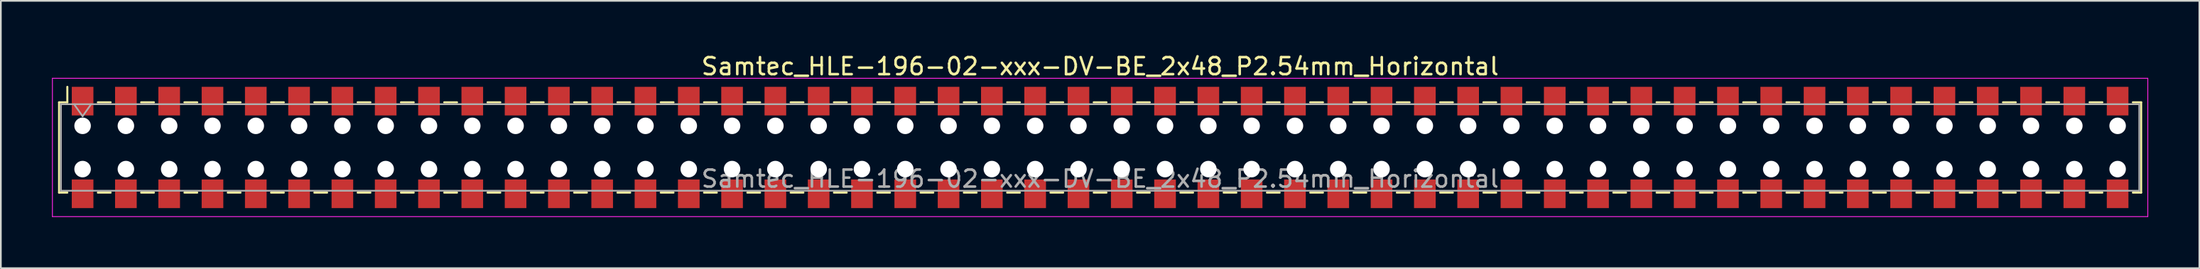
<source format=kicad_pcb>
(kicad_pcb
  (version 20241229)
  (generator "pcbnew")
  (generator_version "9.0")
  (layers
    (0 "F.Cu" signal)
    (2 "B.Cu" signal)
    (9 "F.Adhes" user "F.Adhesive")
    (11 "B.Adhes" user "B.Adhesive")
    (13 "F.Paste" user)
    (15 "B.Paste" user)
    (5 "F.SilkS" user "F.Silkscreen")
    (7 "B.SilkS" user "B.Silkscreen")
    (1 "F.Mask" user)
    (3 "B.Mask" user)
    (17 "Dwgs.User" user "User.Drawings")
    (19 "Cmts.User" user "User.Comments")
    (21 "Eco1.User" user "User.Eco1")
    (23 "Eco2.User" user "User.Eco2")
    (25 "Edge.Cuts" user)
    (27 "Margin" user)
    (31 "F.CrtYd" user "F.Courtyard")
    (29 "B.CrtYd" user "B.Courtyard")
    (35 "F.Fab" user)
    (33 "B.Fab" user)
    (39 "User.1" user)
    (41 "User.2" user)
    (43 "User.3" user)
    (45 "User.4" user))
  (footprint "Samtec_HLE-196-02-xxx-DV-BE_2x48_P2.54mm_Horizontal"
    (layer "F.Cu")
    (at 61.485 5.608)
    (property "Reference" "Samtec_HLE-196-02-xxx-DV-BE_2x48_P2.54mm_Horizontal" (at 0 -4.76 0) (layer "F.SilkS") (effects (font (size 1 1) (thickness 0.15))))
    (attr smd)
    (fp_line (start -61.07 -2.65) (end -61.07 2.65) (stroke (width 0.12) (type solid)) (layer "F.SilkS"))
    (fp_line (start -61.07 2.65) (end -60.585 2.65) (stroke (width 0.12) (type solid)) (layer "F.SilkS"))
    (fp_line (start -60.585 -3.56) (end -60.585 -2.65) (stroke (width 0.12) (type solid)) (layer "F.SilkS"))
    (fp_line (start -60.585 -2.65) (end -61.07 -2.65) (stroke (width 0.12) (type solid)) (layer "F.SilkS"))
    (fp_line (start -58.795 -2.65) (end -58.045 -2.65) (stroke (width 0.12) (type solid)) (layer "F.SilkS"))
    (fp_line (start -58.795 2.65) (end -58.045 2.65) (stroke (width 0.12) (type solid)) (layer "F.SilkS"))
    (fp_line (start -56.255 -2.65) (end -55.505 -2.65) (stroke (width 0.12) (type solid)) (layer "F.SilkS"))
    (fp_line (start -56.255 2.65) (end -55.505 2.65) (stroke (width 0.12) (type solid)) (layer "F.SilkS"))
    (fp_line (start -53.715 -2.65) (end -52.965 -2.65) (stroke (width 0.12) (type solid)) (layer "F.SilkS"))
    (fp_line (start -53.715 2.65) (end -52.965 2.65) (stroke (width 0.12) (type solid)) (layer "F.SilkS"))
    (fp_line (start -51.175 -2.65) (end -50.425 -2.65) (stroke (width 0.12) (type solid)) (layer "F.SilkS"))
    (fp_line (start -51.175 2.65) (end -50.425 2.65) (stroke (width 0.12) (type solid)) (layer "F.SilkS"))
    (fp_line (start -48.635 -2.65) (end -47.885 -2.65) (stroke (width 0.12) (type solid)) (layer "F.SilkS"))
    (fp_line (start -48.635 2.65) (end -47.885 2.65) (stroke (width 0.12) (type solid)) (layer "F.SilkS"))
    (fp_line (start -46.095 -2.65) (end -45.345 -2.65) (stroke (width 0.12) (type solid)) (layer "F.SilkS"))
    (fp_line (start -46.095 2.65) (end -45.345 2.65) (stroke (width 0.12) (type solid)) (layer "F.SilkS"))
    (fp_line (start -43.555 -2.65) (end -42.805 -2.65) (stroke (width 0.12) (type solid)) (layer "F.SilkS"))
    (fp_line (start -43.555 2.65) (end -42.805 2.65) (stroke (width 0.12) (type solid)) (layer "F.SilkS"))
    (fp_line (start -41.015 -2.65) (end -40.265 -2.65) (stroke (width 0.12) (type solid)) (layer "F.SilkS"))
    (fp_line (start -41.015 2.65) (end -40.265 2.65) (stroke (width 0.12) (type solid)) (layer "F.SilkS"))
    (fp_line (start -38.475 -2.65) (end -37.725 -2.65) (stroke (width 0.12) (type solid)) (layer "F.SilkS"))
    (fp_line (start -38.475 2.65) (end -37.725 2.65) (stroke (width 0.12) (type solid)) (layer "F.SilkS"))
    (fp_line (start -35.935 -2.65) (end -35.185 -2.65) (stroke (width 0.12) (type solid)) (layer "F.SilkS"))
    (fp_line (start -35.935 2.65) (end -35.185 2.65) (stroke (width 0.12) (type solid)) (layer "F.SilkS"))
    (fp_line (start -33.395 -2.65) (end -32.645 -2.65) (stroke (width 0.12) (type solid)) (layer "F.SilkS"))
    (fp_line (start -33.395 2.65) (end -32.645 2.65) (stroke (width 0.12) (type solid)) (layer "F.SilkS"))
    (fp_line (start -30.855 -2.65) (end -30.105 -2.65) (stroke (width 0.12) (type solid)) (layer "F.SilkS"))
    (fp_line (start -30.855 2.65) (end -30.105 2.65) (stroke (width 0.12) (type solid)) (layer "F.SilkS"))
    (fp_line (start -28.315 -2.65) (end -27.565 -2.65) (stroke (width 0.12) (type solid)) (layer "F.SilkS"))
    (fp_line (start -28.315 2.65) (end -27.565 2.65) (stroke (width 0.12) (type solid)) (layer "F.SilkS"))
    (fp_line (start -25.775 -2.65) (end -25.025 -2.65) (stroke (width 0.12) (type solid)) (layer "F.SilkS"))
    (fp_line (start -25.775 2.65) (end -25.025 2.65) (stroke (width 0.12) (type solid)) (layer "F.SilkS"))
    (fp_line (start -23.235 -2.65) (end -22.485 -2.65) (stroke (width 0.12) (type solid)) (layer "F.SilkS"))
    (fp_line (start -23.235 2.65) (end -22.485 2.65) (stroke (width 0.12) (type solid)) (layer "F.SilkS"))
    (fp_line (start -20.695 -2.65) (end -19.945 -2.65) (stroke (width 0.12) (type solid)) (layer "F.SilkS"))
    (fp_line (start -20.695 2.65) (end -19.945 2.65) (stroke (width 0.12) (type solid)) (layer "F.SilkS"))
    (fp_line (start -18.155 -2.65) (end -17.405 -2.65) (stroke (width 0.12) (type solid)) (layer "F.SilkS"))
    (fp_line (start -18.155 2.65) (end -17.405 2.65) (stroke (width 0.12) (type solid)) (layer "F.SilkS"))
    (fp_line (start -15.615 -2.65) (end -14.865 -2.65) (stroke (width 0.12) (type solid)) (layer "F.SilkS"))
    (fp_line (start -15.615 2.65) (end -14.865 2.65) (stroke (width 0.12) (type solid)) (layer "F.SilkS"))
    (fp_line (start -13.075 -2.65) (end -12.325 -2.65) (stroke (width 0.12) (type solid)) (layer "F.SilkS"))
    (fp_line (start -13.075 2.65) (end -12.325 2.65) (stroke (width 0.12) (type solid)) (layer "F.SilkS"))
    (fp_line (start -10.535 -2.65) (end -9.785 -2.65) (stroke (width 0.12) (type solid)) (layer "F.SilkS"))
    (fp_line (start -10.535 2.65) (end -9.785 2.65) (stroke (width 0.12) (type solid)) (layer "F.SilkS"))
    (fp_line (start -7.995 -2.65) (end -7.245 -2.65) (stroke (width 0.12) (type solid)) (layer "F.SilkS"))
    (fp_line (start -7.995 2.65) (end -7.245 2.65) (stroke (width 0.12) (type solid)) (layer "F.SilkS"))
    (fp_line (start -5.455 -2.65) (end -4.705 -2.65) (stroke (width 0.12) (type solid)) (layer "F.SilkS"))
    (fp_line (start -5.455 2.65) (end -4.705 2.65) (stroke (width 0.12) (type solid)) (layer "F.SilkS"))
    (fp_line (start -2.915 -2.65) (end -2.165 -2.65) (stroke (width 0.12) (type solid)) (layer "F.SilkS"))
    (fp_line (start -2.915 2.65) (end -2.165 2.65) (stroke (width 0.12) (type solid)) (layer "F.SilkS"))
    (fp_line (start -0.375 -2.65) (end 0.375 -2.65) (stroke (width 0.12) (type solid)) (layer "F.SilkS"))
    (fp_line (start -0.375 2.65) (end 0.375 2.65) (stroke (width 0.12) (type solid)) (layer "F.SilkS"))
    (fp_line (start 2.165 -2.65) (end 2.915 -2.65) (stroke (width 0.12) (type solid)) (layer "F.SilkS"))
    (fp_line (start 2.165 2.65) (end 2.915 2.65) (stroke (width 0.12) (type solid)) (layer "F.SilkS"))
    (fp_line (start 4.705 -2.65) (end 5.455 -2.65) (stroke (width 0.12) (type solid)) (layer "F.SilkS"))
    (fp_line (start 4.705 2.65) (end 5.455 2.65) (stroke (width 0.12) (type solid)) (layer "F.SilkS"))
    (fp_line (start 7.245 -2.65) (end 7.995 -2.65) (stroke (width 0.12) (type solid)) (layer "F.SilkS"))
    (fp_line (start 7.245 2.65) (end 7.995 2.65) (stroke (width 0.12) (type solid)) (layer "F.SilkS"))
    (fp_line (start 9.785 -2.65) (end 10.535 -2.65) (stroke (width 0.12) (type solid)) (layer "F.SilkS"))
    (fp_line (start 9.785 2.65) (end 10.535 2.65) (stroke (width 0.12) (type solid)) (layer "F.SilkS"))
    (fp_line (start 12.325 -2.65) (end 13.075 -2.65) (stroke (width 0.12) (type solid)) (layer "F.SilkS"))
    (fp_line (start 12.325 2.65) (end 13.075 2.65) (stroke (width 0.12) (type solid)) (layer "F.SilkS"))
    (fp_line (start 14.865 -2.65) (end 15.615 -2.65) (stroke (width 0.12) (type solid)) (layer "F.SilkS"))
    (fp_line (start 14.865 2.65) (end 15.615 2.65) (stroke (width 0.12) (type solid)) (layer "F.SilkS"))
    (fp_line (start 17.405 -2.65) (end 18.155 -2.65) (stroke (width 0.12) (type solid)) (layer "F.SilkS"))
    (fp_line (start 17.405 2.65) (end 18.155 2.65) (stroke (width 0.12) (type solid)) (layer "F.SilkS"))
    (fp_line (start 19.945 -2.65) (end 20.695 -2.65) (stroke (width 0.12) (type solid)) (layer "F.SilkS"))
    (fp_line (start 19.945 2.65) (end 20.695 2.65) (stroke (width 0.12) (type solid)) (layer "F.SilkS"))
    (fp_line (start 22.485 -2.65) (end 23.235 -2.65) (stroke (width 0.12) (type solid)) (layer "F.SilkS"))
    (fp_line (start 22.485 2.65) (end 23.235 2.65) (stroke (width 0.12) (type solid)) (layer "F.SilkS"))
    (fp_line (start 25.025 -2.65) (end 25.775 -2.65) (stroke (width 0.12) (type solid)) (layer "F.SilkS"))
    (fp_line (start 25.025 2.65) (end 25.775 2.65) (stroke (width 0.12) (type solid)) (layer "F.SilkS"))
    (fp_line (start 27.565 -2.65) (end 28.315 -2.65) (stroke (width 0.12) (type solid)) (layer "F.SilkS"))
    (fp_line (start 27.565 2.65) (end 28.315 2.65) (stroke (width 0.12) (type solid)) (layer "F.SilkS"))
    (fp_line (start 30.105 -2.65) (end 30.855 -2.65) (stroke (width 0.12) (type solid)) (layer "F.SilkS"))
    (fp_line (start 30.105 2.65) (end 30.855 2.65) (stroke (width 0.12) (type solid)) (layer "F.SilkS"))
    (fp_line (start 32.645 -2.65) (end 33.395 -2.65) (stroke (width 0.12) (type solid)) (layer "F.SilkS"))
    (fp_line (start 32.645 2.65) (end 33.395 2.65) (stroke (width 0.12) (type solid)) (layer "F.SilkS"))
    (fp_line (start 35.185 -2.65) (end 35.935 -2.65) (stroke (width 0.12) (type solid)) (layer "F.SilkS"))
    (fp_line (start 35.185 2.65) (end 35.935 2.65) (stroke (width 0.12) (type solid)) (layer "F.SilkS"))
    (fp_line (start 37.725 -2.65) (end 38.475 -2.65) (stroke (width 0.12) (type solid)) (layer "F.SilkS"))
    (fp_line (start 37.725 2.65) (end 38.475 2.65) (stroke (width 0.12) (type solid)) (layer "F.SilkS"))
    (fp_line (start 40.265 -2.65) (end 41.015 -2.65) (stroke (width 0.12) (type solid)) (layer "F.SilkS"))
    (fp_line (start 40.265 2.65) (end 41.015 2.65) (stroke (width 0.12) (type solid)) (layer "F.SilkS"))
    (fp_line (start 42.805 -2.65) (end 43.555 -2.65) (stroke (width 0.12) (type solid)) (layer "F.SilkS"))
    (fp_line (start 42.805 2.65) (end 43.555 2.65) (stroke (width 0.12) (type solid)) (layer "F.SilkS"))
    (fp_line (start 45.345 -2.65) (end 46.095 -2.65) (stroke (width 0.12) (type solid)) (layer "F.SilkS"))
    (fp_line (start 45.345 2.65) (end 46.095 2.65) (stroke (width 0.12) (type solid)) (layer "F.SilkS"))
    (fp_line (start 47.885 -2.65) (end 48.635 -2.65) (stroke (width 0.12) (type solid)) (layer "F.SilkS"))
    (fp_line (start 47.885 2.65) (end 48.635 2.65) (stroke (width 0.12) (type solid)) (layer "F.SilkS"))
    (fp_line (start 50.425 -2.65) (end 51.175 -2.65) (stroke (width 0.12) (type solid)) (layer "F.SilkS"))
    (fp_line (start 50.425 2.65) (end 51.175 2.65) (stroke (width 0.12) (type solid)) (layer "F.SilkS"))
    (fp_line (start 52.965 -2.65) (end 53.715 -2.65) (stroke (width 0.12) (type solid)) (layer "F.SilkS"))
    (fp_line (start 52.965 2.65) (end 53.715 2.65) (stroke (width 0.12) (type solid)) (layer "F.SilkS"))
    (fp_line (start 55.505 -2.65) (end 56.255 -2.65) (stroke (width 0.12) (type solid)) (layer "F.SilkS"))
    (fp_line (start 55.505 2.65) (end 56.255 2.65) (stroke (width 0.12) (type solid)) (layer "F.SilkS"))
    (fp_line (start 58.045 -2.65) (end 58.795 -2.65) (stroke (width 0.12) (type solid)) (layer "F.SilkS"))
    (fp_line (start 58.045 2.65) (end 58.795 2.65) (stroke (width 0.12) (type solid)) (layer "F.SilkS"))
    (fp_line (start 60.585 -2.65) (end 61.07 -2.65) (stroke (width 0.12) (type solid)) (layer "F.SilkS"))
    (fp_line (start 61.07 -2.65) (end 61.07 2.65) (stroke (width 0.12) (type solid)) (layer "F.SilkS"))
    (fp_line (start 61.07 2.65) (end 60.585 2.65) (stroke (width 0.12) (type solid)) (layer "F.SilkS"))
    (fp_line (start -61.46 -4.06) (end 61.46 -4.06) (stroke (width 0.05) (type solid)) (layer "F.CrtYd"))
    (fp_line (start -61.46 4.06) (end -61.46 -4.06) (stroke (width 0.05) (type solid)) (layer "F.CrtYd"))
    (fp_line (start 61.46 -4.06) (end 61.46 4.06) (stroke (width 0.05) (type solid)) (layer "F.CrtYd"))
    (fp_line (start 61.46 4.06) (end -61.46 4.06) (stroke (width 0.05) (type solid)) (layer "F.CrtYd"))
    (fp_line (start -60.96 -2.54) (end 60.96 -2.54) (stroke (width 0.1) (type solid)) (layer "F.Fab"))
    (fp_line (start -60.96 2.54) (end -60.96 -2.54) (stroke (width 0.1) (type solid)) (layer "F.Fab"))
    (fp_line (start -60.19 -2.54) (end -59.69 -1.833) (stroke (width 0.1) (type solid)) (layer "F.Fab"))
    (fp_line (start -59.69 -1.833) (end -59.19 -2.54) (stroke (width 0.1) (type solid)) (layer "F.Fab"))
    (fp_line (start 60.96 -2.54) (end 60.96 2.54) (stroke (width 0.1) (type solid)) (layer "F.Fab"))
    (fp_line (start 60.96 2.54) (end -60.96 2.54) (stroke (width 0.1) (type solid)) (layer "F.Fab"))
    (fp_text user "${REFERENCE}" (at 0 1.84 0) (layer "F.Fab") (effects (font (size 1 1) (thickness 0.15))))
    (pad "" np_thru_hole circle (at -59.69 -1.27) (size 0.97 0.97) (drill 0.97) (layers "*.Cu" "*.Mask"))
    (pad "" np_thru_hole circle (at -59.69 1.27) (size 0.97 0.97) (drill 0.97) (layers "*.Cu" "*.Mask"))
    (pad "" np_thru_hole circle (at -57.15 -1.27) (size 0.97 0.97) (drill 0.97) (layers "*.Cu" "*.Mask"))
    (pad "" np_thru_hole circle (at -57.15 1.27) (size 0.97 0.97) (drill 0.97) (layers "*.Cu" "*.Mask"))
    (pad "" np_thru_hole circle (at -54.61 -1.27) (size 0.97 0.97) (drill 0.97) (layers "*.Cu" "*.Mask"))
    (pad "" np_thru_hole circle (at -54.61 1.27) (size 0.97 0.97) (drill 0.97) (layers "*.Cu" "*.Mask"))
    (pad "" np_thru_hole circle (at -52.07 -1.27) (size 0.97 0.97) (drill 0.97) (layers "*.Cu" "*.Mask"))
    (pad "" np_thru_hole circle (at -52.07 1.27) (size 0.97 0.97) (drill 0.97) (layers "*.Cu" "*.Mask"))
    (pad "" np_thru_hole circle (at -49.53 -1.27) (size 0.97 0.97) (drill 0.97) (layers "*.Cu" "*.Mask"))
    (pad "" np_thru_hole circle (at -49.53 1.27) (size 0.97 0.97) (drill 0.97) (layers "*.Cu" "*.Mask"))
    (pad "" np_thru_hole circle (at -46.99 -1.27) (size 0.97 0.97) (drill 0.97) (layers "*.Cu" "*.Mask"))
    (pad "" np_thru_hole circle (at -46.99 1.27) (size 0.97 0.97) (drill 0.97) (layers "*.Cu" "*.Mask"))
    (pad "" np_thru_hole circle (at -44.45 -1.27) (size 0.97 0.97) (drill 0.97) (layers "*.Cu" "*.Mask"))
    (pad "" np_thru_hole circle (at -44.45 1.27) (size 0.97 0.97) (drill 0.97) (layers "*.Cu" "*.Mask"))
    (pad "" np_thru_hole circle (at -41.91 -1.27) (size 0.97 0.97) (drill 0.97) (layers "*.Cu" "*.Mask"))
    (pad "" np_thru_hole circle (at -41.91 1.27) (size 0.97 0.97) (drill 0.97) (layers "*.Cu" "*.Mask"))
    (pad "" np_thru_hole circle (at -39.37 -1.27) (size 0.97 0.97) (drill 0.97) (layers "*.Cu" "*.Mask"))
    (pad "" np_thru_hole circle (at -39.37 1.27) (size 0.97 0.97) (drill 0.97) (layers "*.Cu" "*.Mask"))
    (pad "" np_thru_hole circle (at -36.83 -1.27) (size 0.97 0.97) (drill 0.97) (layers "*.Cu" "*.Mask"))
    (pad "" np_thru_hole circle (at -36.83 1.27) (size 0.97 0.97) (drill 0.97) (layers "*.Cu" "*.Mask"))
    (pad "" np_thru_hole circle (at -34.29 -1.27) (size 0.97 0.97) (drill 0.97) (layers "*.Cu" "*.Mask"))
    (pad "" np_thru_hole circle (at -34.29 1.27) (size 0.97 0.97) (drill 0.97) (layers "*.Cu" "*.Mask"))
    (pad "" np_thru_hole circle (at -31.75 -1.27) (size 0.97 0.97) (drill 0.97) (layers "*.Cu" "*.Mask"))
    (pad "" np_thru_hole circle (at -31.75 1.27) (size 0.97 0.97) (drill 0.97) (layers "*.Cu" "*.Mask"))
    (pad "" np_thru_hole circle (at -29.21 -1.27) (size 0.97 0.97) (drill 0.97) (layers "*.Cu" "*.Mask"))
    (pad "" np_thru_hole circle (at -29.21 1.27) (size 0.97 0.97) (drill 0.97) (layers "*.Cu" "*.Mask"))
    (pad "" np_thru_hole circle (at -26.67 -1.27) (size 0.97 0.97) (drill 0.97) (layers "*.Cu" "*.Mask"))
    (pad "" np_thru_hole circle (at -26.67 1.27) (size 0.97 0.97) (drill 0.97) (layers "*.Cu" "*.Mask"))
    (pad "" np_thru_hole circle (at -24.13 -1.27) (size 0.97 0.97) (drill 0.97) (layers "*.Cu" "*.Mask"))
    (pad "" np_thru_hole circle (at -24.13 1.27) (size 0.97 0.97) (drill 0.97) (layers "*.Cu" "*.Mask"))
    (pad "" np_thru_hole circle (at -21.59 -1.27) (size 0.97 0.97) (drill 0.97) (layers "*.Cu" "*.Mask"))
    (pad "" np_thru_hole circle (at -21.59 1.27) (size 0.97 0.97) (drill 0.97) (layers "*.Cu" "*.Mask"))
    (pad "" np_thru_hole circle (at -19.05 -1.27) (size 0.97 0.97) (drill 0.97) (layers "*.Cu" "*.Mask"))
    (pad "" np_thru_hole circle (at -19.05 1.27) (size 0.97 0.97) (drill 0.97) (layers "*.Cu" "*.Mask"))
    (pad "" np_thru_hole circle (at -16.51 -1.27) (size 0.97 0.97) (drill 0.97) (layers "*.Cu" "*.Mask"))
    (pad "" np_thru_hole circle (at -16.51 1.27) (size 0.97 0.97) (drill 0.97) (layers "*.Cu" "*.Mask"))
    (pad "" np_thru_hole circle (at -13.97 -1.27) (size 0.97 0.97) (drill 0.97) (layers "*.Cu" "*.Mask"))
    (pad "" np_thru_hole circle (at -13.97 1.27) (size 0.97 0.97) (drill 0.97) (layers "*.Cu" "*.Mask"))
    (pad "" np_thru_hole circle (at -11.43 -1.27) (size 0.97 0.97) (drill 0.97) (layers "*.Cu" "*.Mask"))
    (pad "" np_thru_hole circle (at -11.43 1.27) (size 0.97 0.97) (drill 0.97) (layers "*.Cu" "*.Mask"))
    (pad "" np_thru_hole circle (at -8.89 -1.27) (size 0.97 0.97) (drill 0.97) (layers "*.Cu" "*.Mask"))
    (pad "" np_thru_hole circle (at -8.89 1.27) (size 0.97 0.97) (drill 0.97) (layers "*.Cu" "*.Mask"))
    (pad "" np_thru_hole circle (at -6.35 -1.27) (size 0.97 0.97) (drill 0.97) (layers "*.Cu" "*.Mask"))
    (pad "" np_thru_hole circle (at -6.35 1.27) (size 0.97 0.97) (drill 0.97) (layers "*.Cu" "*.Mask"))
    (pad "" np_thru_hole circle (at -3.81 -1.27) (size 0.97 0.97) (drill 0.97) (layers "*.Cu" "*.Mask"))
    (pad "" np_thru_hole circle (at -3.81 1.27) (size 0.97 0.97) (drill 0.97) (layers "*.Cu" "*.Mask"))
    (pad "" np_thru_hole circle (at -1.27 -1.27) (size 0.97 0.97) (drill 0.97) (layers "*.Cu" "*.Mask"))
    (pad "" np_thru_hole circle (at -1.27 1.27) (size 0.97 0.97) (drill 0.97) (layers "*.Cu" "*.Mask"))
    (pad "" np_thru_hole circle (at 1.27 -1.27) (size 0.97 0.97) (drill 0.97) (layers "*.Cu" "*.Mask"))
    (pad "" np_thru_hole circle (at 1.27 1.27) (size 0.97 0.97) (drill 0.97) (layers "*.Cu" "*.Mask"))
    (pad "" np_thru_hole circle (at 3.81 -1.27) (size 0.97 0.97) (drill 0.97) (layers "*.Cu" "*.Mask"))
    (pad "" np_thru_hole circle (at 3.81 1.27) (size 0.97 0.97) (drill 0.97) (layers "*.Cu" "*.Mask"))
    (pad "" np_thru_hole circle (at 6.35 -1.27) (size 0.97 0.97) (drill 0.97) (layers "*.Cu" "*.Mask"))
    (pad "" np_thru_hole circle (at 6.35 1.27) (size 0.97 0.97) (drill 0.97) (layers "*.Cu" "*.Mask"))
    (pad "" np_thru_hole circle (at 8.89 -1.27) (size 0.97 0.97) (drill 0.97) (layers "*.Cu" "*.Mask"))
    (pad "" np_thru_hole circle (at 8.89 1.27) (size 0.97 0.97) (drill 0.97) (layers "*.Cu" "*.Mask"))
    (pad "" np_thru_hole circle (at 11.43 -1.27) (size 0.97 0.97) (drill 0.97) (layers "*.Cu" "*.Mask"))
    (pad "" np_thru_hole circle (at 11.43 1.27) (size 0.97 0.97) (drill 0.97) (layers "*.Cu" "*.Mask"))
    (pad "" np_thru_hole circle (at 13.97 -1.27) (size 0.97 0.97) (drill 0.97) (layers "*.Cu" "*.Mask"))
    (pad "" np_thru_hole circle (at 13.97 1.27) (size 0.97 0.97) (drill 0.97) (layers "*.Cu" "*.Mask"))
    (pad "" np_thru_hole circle (at 16.51 -1.27) (size 0.97 0.97) (drill 0.97) (layers "*.Cu" "*.Mask"))
    (pad "" np_thru_hole circle (at 16.51 1.27) (size 0.97 0.97) (drill 0.97) (layers "*.Cu" "*.Mask"))
    (pad "" np_thru_hole circle (at 19.05 -1.27) (size 0.97 0.97) (drill 0.97) (layers "*.Cu" "*.Mask"))
    (pad "" np_thru_hole circle (at 19.05 1.27) (size 0.97 0.97) (drill 0.97) (layers "*.Cu" "*.Mask"))
    (pad "" np_thru_hole circle (at 21.59 -1.27) (size 0.97 0.97) (drill 0.97) (layers "*.Cu" "*.Mask"))
    (pad "" np_thru_hole circle (at 21.59 1.27) (size 0.97 0.97) (drill 0.97) (layers "*.Cu" "*.Mask"))
    (pad "" np_thru_hole circle (at 24.13 -1.27) (size 0.97 0.97) (drill 0.97) (layers "*.Cu" "*.Mask"))
    (pad "" np_thru_hole circle (at 24.13 1.27) (size 0.97 0.97) (drill 0.97) (layers "*.Cu" "*.Mask"))
    (pad "" np_thru_hole circle (at 26.67 -1.27) (size 0.97 0.97) (drill 0.97) (layers "*.Cu" "*.Mask"))
    (pad "" np_thru_hole circle (at 26.67 1.27) (size 0.97 0.97) (drill 0.97) (layers "*.Cu" "*.Mask"))
    (pad "" np_thru_hole circle (at 29.21 -1.27) (size 0.97 0.97) (drill 0.97) (layers "*.Cu" "*.Mask"))
    (pad "" np_thru_hole circle (at 29.21 1.27) (size 0.97 0.97) (drill 0.97) (layers "*.Cu" "*.Mask"))
    (pad "" np_thru_hole circle (at 31.75 -1.27) (size 0.97 0.97) (drill 0.97) (layers "*.Cu" "*.Mask"))
    (pad "" np_thru_hole circle (at 31.75 1.27) (size 0.97 0.97) (drill 0.97) (layers "*.Cu" "*.Mask"))
    (pad "" np_thru_hole circle (at 34.29 -1.27) (size 0.97 0.97) (drill 0.97) (layers "*.Cu" "*.Mask"))
    (pad "" np_thru_hole circle (at 34.29 1.27) (size 0.97 0.97) (drill 0.97) (layers "*.Cu" "*.Mask"))
    (pad "" np_thru_hole circle (at 36.83 -1.27) (size 0.97 0.97) (drill 0.97) (layers "*.Cu" "*.Mask"))
    (pad "" np_thru_hole circle (at 36.83 1.27) (size 0.97 0.97) (drill 0.97) (layers "*.Cu" "*.Mask"))
    (pad "" np_thru_hole circle (at 39.37 -1.27) (size 0.97 0.97) (drill 0.97) (layers "*.Cu" "*.Mask"))
    (pad "" np_thru_hole circle (at 39.37 1.27) (size 0.97 0.97) (drill 0.97) (layers "*.Cu" "*.Mask"))
    (pad "" np_thru_hole circle (at 41.91 -1.27) (size 0.97 0.97) (drill 0.97) (layers "*.Cu" "*.Mask"))
    (pad "" np_thru_hole circle (at 41.91 1.27) (size 0.97 0.97) (drill 0.97) (layers "*.Cu" "*.Mask"))
    (pad "" np_thru_hole circle (at 44.45 -1.27) (size 0.97 0.97) (drill 0.97) (layers "*.Cu" "*.Mask"))
    (pad "" np_thru_hole circle (at 44.45 1.27) (size 0.97 0.97) (drill 0.97) (layers "*.Cu" "*.Mask"))
    (pad "" np_thru_hole circle (at 46.99 -1.27) (size 0.97 0.97) (drill 0.97) (layers "*.Cu" "*.Mask"))
    (pad "" np_thru_hole circle (at 46.99 1.27) (size 0.97 0.97) (drill 0.97) (layers "*.Cu" "*.Mask"))
    (pad "" np_thru_hole circle (at 49.53 -1.27) (size 0.97 0.97) (drill 0.97) (layers "*.Cu" "*.Mask"))
    (pad "" np_thru_hole circle (at 49.53 1.27) (size 0.97 0.97) (drill 0.97) (layers "*.Cu" "*.Mask"))
    (pad "" np_thru_hole circle (at 52.07 -1.27) (size 0.97 0.97) (drill 0.97) (layers "*.Cu" "*.Mask"))
    (pad "" np_thru_hole circle (at 52.07 1.27) (size 0.97 0.97) (drill 0.97) (layers "*.Cu" "*.Mask"))
    (pad "" np_thru_hole circle (at 54.61 -1.27) (size 0.97 0.97) (drill 0.97) (layers "*.Cu" "*.Mask"))
    (pad "" np_thru_hole circle (at 54.61 1.27) (size 0.97 0.97) (drill 0.97) (layers "*.Cu" "*.Mask"))
    (pad "" np_thru_hole circle (at 57.15 -1.27) (size 0.97 0.97) (drill 0.97) (layers "*.Cu" "*.Mask"))
    (pad "" np_thru_hole circle (at 57.15 1.27) (size 0.97 0.97) (drill 0.97) (layers "*.Cu" "*.Mask"))
    (pad "" np_thru_hole circle (at 59.69 -1.27) (size 0.97 0.97) (drill 0.97) (layers "*.Cu" "*.Mask"))
    (pad "" np_thru_hole circle (at 59.69 1.27) (size 0.97 0.97) (drill 0.97) (layers "*.Cu" "*.Mask"))
    (pad "1" smd rect (at -59.69 -2.72) (size 1.27 1.68) (layers "F.Cu" "F.Mask" "F.Paste"))
    (pad "2" smd rect (at -59.69 2.72) (size 1.27 1.68) (layers "F.Cu" "F.Mask" "F.Paste"))
    (pad "3" smd rect (at -57.15 -2.72) (size 1.27 1.68) (layers "F.Cu" "F.Mask" "F.Paste"))
    (pad "4" smd rect (at -57.15 2.72) (size 1.27 1.68) (layers "F.Cu" "F.Mask" "F.Paste"))
    (pad "5" smd rect (at -54.61 -2.72) (size 1.27 1.68) (layers "F.Cu" "F.Mask" "F.Paste"))
    (pad "6" smd rect (at -54.61 2.72) (size 1.27 1.68) (layers "F.Cu" "F.Mask" "F.Paste"))
    (pad "7" smd rect (at -52.07 -2.72) (size 1.27 1.68) (layers "F.Cu" "F.Mask" "F.Paste"))
    (pad "8" smd rect (at -52.07 2.72) (size 1.27 1.68) (layers "F.Cu" "F.Mask" "F.Paste"))
    (pad "9" smd rect (at -49.53 -2.72) (size 1.27 1.68) (layers "F.Cu" "F.Mask" "F.Paste"))
    (pad "10" smd rect (at -49.53 2.72) (size 1.27 1.68) (layers "F.Cu" "F.Mask" "F.Paste"))
    (pad "11" smd rect (at -46.99 -2.72) (size 1.27 1.68) (layers "F.Cu" "F.Mask" "F.Paste"))
    (pad "12" smd rect (at -46.99 2.72) (size 1.27 1.68) (layers "F.Cu" "F.Mask" "F.Paste"))
    (pad "13" smd rect (at -44.45 -2.72) (size 1.27 1.68) (layers "F.Cu" "F.Mask" "F.Paste"))
    (pad "14" smd rect (at -44.45 2.72) (size 1.27 1.68) (layers "F.Cu" "F.Mask" "F.Paste"))
    (pad "15" smd rect (at -41.91 -2.72) (size 1.27 1.68) (layers "F.Cu" "F.Mask" "F.Paste"))
    (pad "16" smd rect (at -41.91 2.72) (size 1.27 1.68) (layers "F.Cu" "F.Mask" "F.Paste"))
    (pad "17" smd rect (at -39.37 -2.72) (size 1.27 1.68) (layers "F.Cu" "F.Mask" "F.Paste"))
    (pad "18" smd rect (at -39.37 2.72) (size 1.27 1.68) (layers "F.Cu" "F.Mask" "F.Paste"))
    (pad "19" smd rect (at -36.83 -2.72) (size 1.27 1.68) (layers "F.Cu" "F.Mask" "F.Paste"))
    (pad "20" smd rect (at -36.83 2.72) (size 1.27 1.68) (layers "F.Cu" "F.Mask" "F.Paste"))
    (pad "21" smd rect (at -34.29 -2.72) (size 1.27 1.68) (layers "F.Cu" "F.Mask" "F.Paste"))
    (pad "22" smd rect (at -34.29 2.72) (size 1.27 1.68) (layers "F.Cu" "F.Mask" "F.Paste"))
    (pad "23" smd rect (at -31.75 -2.72) (size 1.27 1.68) (layers "F.Cu" "F.Mask" "F.Paste"))
    (pad "24" smd rect (at -31.75 2.72) (size 1.27 1.68) (layers "F.Cu" "F.Mask" "F.Paste"))
    (pad "25" smd rect (at -29.21 -2.72) (size 1.27 1.68) (layers "F.Cu" "F.Mask" "F.Paste"))
    (pad "26" smd rect (at -29.21 2.72) (size 1.27 1.68) (layers "F.Cu" "F.Mask" "F.Paste"))
    (pad "27" smd rect (at -26.67 -2.72) (size 1.27 1.68) (layers "F.Cu" "F.Mask" "F.Paste"))
    (pad "28" smd rect (at -26.67 2.72) (size 1.27 1.68) (layers "F.Cu" "F.Mask" "F.Paste"))
    (pad "29" smd rect (at -24.13 -2.72) (size 1.27 1.68) (layers "F.Cu" "F.Mask" "F.Paste"))
    (pad "30" smd rect (at -24.13 2.72) (size 1.27 1.68) (layers "F.Cu" "F.Mask" "F.Paste"))
    (pad "31" smd rect (at -21.59 -2.72) (size 1.27 1.68) (layers "F.Cu" "F.Mask" "F.Paste"))
    (pad "32" smd rect (at -21.59 2.72) (size 1.27 1.68) (layers "F.Cu" "F.Mask" "F.Paste"))
    (pad "33" smd rect (at -19.05 -2.72) (size 1.27 1.68) (layers "F.Cu" "F.Mask" "F.Paste"))
    (pad "34" smd rect (at -19.05 2.72) (size 1.27 1.68) (layers "F.Cu" "F.Mask" "F.Paste"))
    (pad "35" smd rect (at -16.51 -2.72) (size 1.27 1.68) (layers "F.Cu" "F.Mask" "F.Paste"))
    (pad "36" smd rect (at -16.51 2.72) (size 1.27 1.68) (layers "F.Cu" "F.Mask" "F.Paste"))
    (pad "37" smd rect (at -13.97 -2.72) (size 1.27 1.68) (layers "F.Cu" "F.Mask" "F.Paste"))
    (pad "38" smd rect (at -13.97 2.72) (size 1.27 1.68) (layers "F.Cu" "F.Mask" "F.Paste"))
    (pad "39" smd rect (at -11.43 -2.72) (size 1.27 1.68) (layers "F.Cu" "F.Mask" "F.Paste"))
    (pad "40" smd rect (at -11.43 2.72) (size 1.27 1.68) (layers "F.Cu" "F.Mask" "F.Paste"))
    (pad "41" smd rect (at -8.89 -2.72) (size 1.27 1.68) (layers "F.Cu" "F.Mask" "F.Paste"))
    (pad "42" smd rect (at -8.89 2.72) (size 1.27 1.68) (layers "F.Cu" "F.Mask" "F.Paste"))
    (pad "43" smd rect (at -6.35 -2.72) (size 1.27 1.68) (layers "F.Cu" "F.Mask" "F.Paste"))
    (pad "44" smd rect (at -6.35 2.72) (size 1.27 1.68) (layers "F.Cu" "F.Mask" "F.Paste"))
    (pad "45" smd rect (at -3.81 -2.72) (size 1.27 1.68) (layers "F.Cu" "F.Mask" "F.Paste"))
    (pad "46" smd rect (at -3.81 2.72) (size 1.27 1.68) (layers "F.Cu" "F.Mask" "F.Paste"))
    (pad "47" smd rect (at -1.27 -2.72) (size 1.27 1.68) (layers "F.Cu" "F.Mask" "F.Paste"))
    (pad "48" smd rect (at -1.27 2.72) (size 1.27 1.68) (layers "F.Cu" "F.Mask" "F.Paste"))
    (pad "49" smd rect (at 1.27 -2.72) (size 1.27 1.68) (layers "F.Cu" "F.Mask" "F.Paste"))
    (pad "50" smd rect (at 1.27 2.72) (size 1.27 1.68) (layers "F.Cu" "F.Mask" "F.Paste"))
    (pad "51" smd rect (at 3.81 -2.72) (size 1.27 1.68) (layers "F.Cu" "F.Mask" "F.Paste"))
    (pad "52" smd rect (at 3.81 2.72) (size 1.27 1.68) (layers "F.Cu" "F.Mask" "F.Paste"))
    (pad "53" smd rect (at 6.35 -2.72) (size 1.27 1.68) (layers "F.Cu" "F.Mask" "F.Paste"))
    (pad "54" smd rect (at 6.35 2.72) (size 1.27 1.68) (layers "F.Cu" "F.Mask" "F.Paste"))
    (pad "55" smd rect (at 8.89 -2.72) (size 1.27 1.68) (layers "F.Cu" "F.Mask" "F.Paste"))
    (pad "56" smd rect (at 8.89 2.72) (size 1.27 1.68) (layers "F.Cu" "F.Mask" "F.Paste"))
    (pad "57" smd rect (at 11.43 -2.72) (size 1.27 1.68) (layers "F.Cu" "F.Mask" "F.Paste"))
    (pad "58" smd rect (at 11.43 2.72) (size 1.27 1.68) (layers "F.Cu" "F.Mask" "F.Paste"))
    (pad "59" smd rect (at 13.97 -2.72) (size 1.27 1.68) (layers "F.Cu" "F.Mask" "F.Paste"))
    (pad "60" smd rect (at 13.97 2.72) (size 1.27 1.68) (layers "F.Cu" "F.Mask" "F.Paste"))
    (pad "61" smd rect (at 16.51 -2.72) (size 1.27 1.68) (layers "F.Cu" "F.Mask" "F.Paste"))
    (pad "62" smd rect (at 16.51 2.72) (size 1.27 1.68) (layers "F.Cu" "F.Mask" "F.Paste"))
    (pad "63" smd rect (at 19.05 -2.72) (size 1.27 1.68) (layers "F.Cu" "F.Mask" "F.Paste"))
    (pad "64" smd rect (at 19.05 2.72) (size 1.27 1.68) (layers "F.Cu" "F.Mask" "F.Paste"))
    (pad "65" smd rect (at 21.59 -2.72) (size 1.27 1.68) (layers "F.Cu" "F.Mask" "F.Paste"))
    (pad "66" smd rect (at 21.59 2.72) (size 1.27 1.68) (layers "F.Cu" "F.Mask" "F.Paste"))
    (pad "67" smd rect (at 24.13 -2.72) (size 1.27 1.68) (layers "F.Cu" "F.Mask" "F.Paste"))
    (pad "68" smd rect (at 24.13 2.72) (size 1.27 1.68) (layers "F.Cu" "F.Mask" "F.Paste"))
    (pad "69" smd rect (at 26.67 -2.72) (size 1.27 1.68) (layers "F.Cu" "F.Mask" "F.Paste"))
    (pad "70" smd rect (at 26.67 2.72) (size 1.27 1.68) (layers "F.Cu" "F.Mask" "F.Paste"))
    (pad "71" smd rect (at 29.21 -2.72) (size 1.27 1.68) (layers "F.Cu" "F.Mask" "F.Paste"))
    (pad "72" smd rect (at 29.21 2.72) (size 1.27 1.68) (layers "F.Cu" "F.Mask" "F.Paste"))
    (pad "73" smd rect (at 31.75 -2.72) (size 1.27 1.68) (layers "F.Cu" "F.Mask" "F.Paste"))
    (pad "74" smd rect (at 31.75 2.72) (size 1.27 1.68) (layers "F.Cu" "F.Mask" "F.Paste"))
    (pad "75" smd rect (at 34.29 -2.72) (size 1.27 1.68) (layers "F.Cu" "F.Mask" "F.Paste"))
    (pad "76" smd rect (at 34.29 2.72) (size 1.27 1.68) (layers "F.Cu" "F.Mask" "F.Paste"))
    (pad "77" smd rect (at 36.83 -2.72) (size 1.27 1.68) (layers "F.Cu" "F.Mask" "F.Paste"))
    (pad "78" smd rect (at 36.83 2.72) (size 1.27 1.68) (layers "F.Cu" "F.Mask" "F.Paste"))
    (pad "79" smd rect (at 39.37 -2.72) (size 1.27 1.68) (layers "F.Cu" "F.Mask" "F.Paste"))
    (pad "80" smd rect (at 39.37 2.72) (size 1.27 1.68) (layers "F.Cu" "F.Mask" "F.Paste"))
    (pad "81" smd rect (at 41.91 -2.72) (size 1.27 1.68) (layers "F.Cu" "F.Mask" "F.Paste"))
    (pad "82" smd rect (at 41.91 2.72) (size 1.27 1.68) (layers "F.Cu" "F.Mask" "F.Paste"))
    (pad "83" smd rect (at 44.45 -2.72) (size 1.27 1.68) (layers "F.Cu" "F.Mask" "F.Paste"))
    (pad "84" smd rect (at 44.45 2.72) (size 1.27 1.68) (layers "F.Cu" "F.Mask" "F.Paste"))
    (pad "85" smd rect (at 46.99 -2.72) (size 1.27 1.68) (layers "F.Cu" "F.Mask" "F.Paste"))
    (pad "86" smd rect (at 46.99 2.72) (size 1.27 1.68) (layers "F.Cu" "F.Mask" "F.Paste"))
    (pad "87" smd rect (at 49.53 -2.72) (size 1.27 1.68) (layers "F.Cu" "F.Mask" "F.Paste"))
    (pad "88" smd rect (at 49.53 2.72) (size 1.27 1.68) (layers "F.Cu" "F.Mask" "F.Paste"))
    (pad "89" smd rect (at 52.07 -2.72) (size 1.27 1.68) (layers "F.Cu" "F.Mask" "F.Paste"))
    (pad "90" smd rect (at 52.07 2.72) (size 1.27 1.68) (layers "F.Cu" "F.Mask" "F.Paste"))
    (pad "91" smd rect (at 54.61 -2.72) (size 1.27 1.68) (layers "F.Cu" "F.Mask" "F.Paste"))
    (pad "92" smd rect (at 54.61 2.72) (size 1.27 1.68) (layers "F.Cu" "F.Mask" "F.Paste"))
    (pad "93" smd rect (at 57.15 -2.72) (size 1.27 1.68) (layers "F.Cu" "F.Mask" "F.Paste"))
    (pad "94" smd rect (at 57.15 2.72) (size 1.27 1.68) (layers "F.Cu" "F.Mask" "F.Paste"))
    (pad "95" smd rect (at 59.69 -2.72) (size 1.27 1.68) (layers "F.Cu" "F.Mask" "F.Paste"))
    (pad "96" smd rect (at 59.69 2.72) (size 1.27 1.68) (layers "F.Cu" "F.Mask" "F.Paste")))
  (gr_rect
    (start -3 -3)
    (end 125.97 12.693)
    (stroke (width 0.1) (type default))
    (fill no)
    (layer "Edge.Cuts")))
</source>
